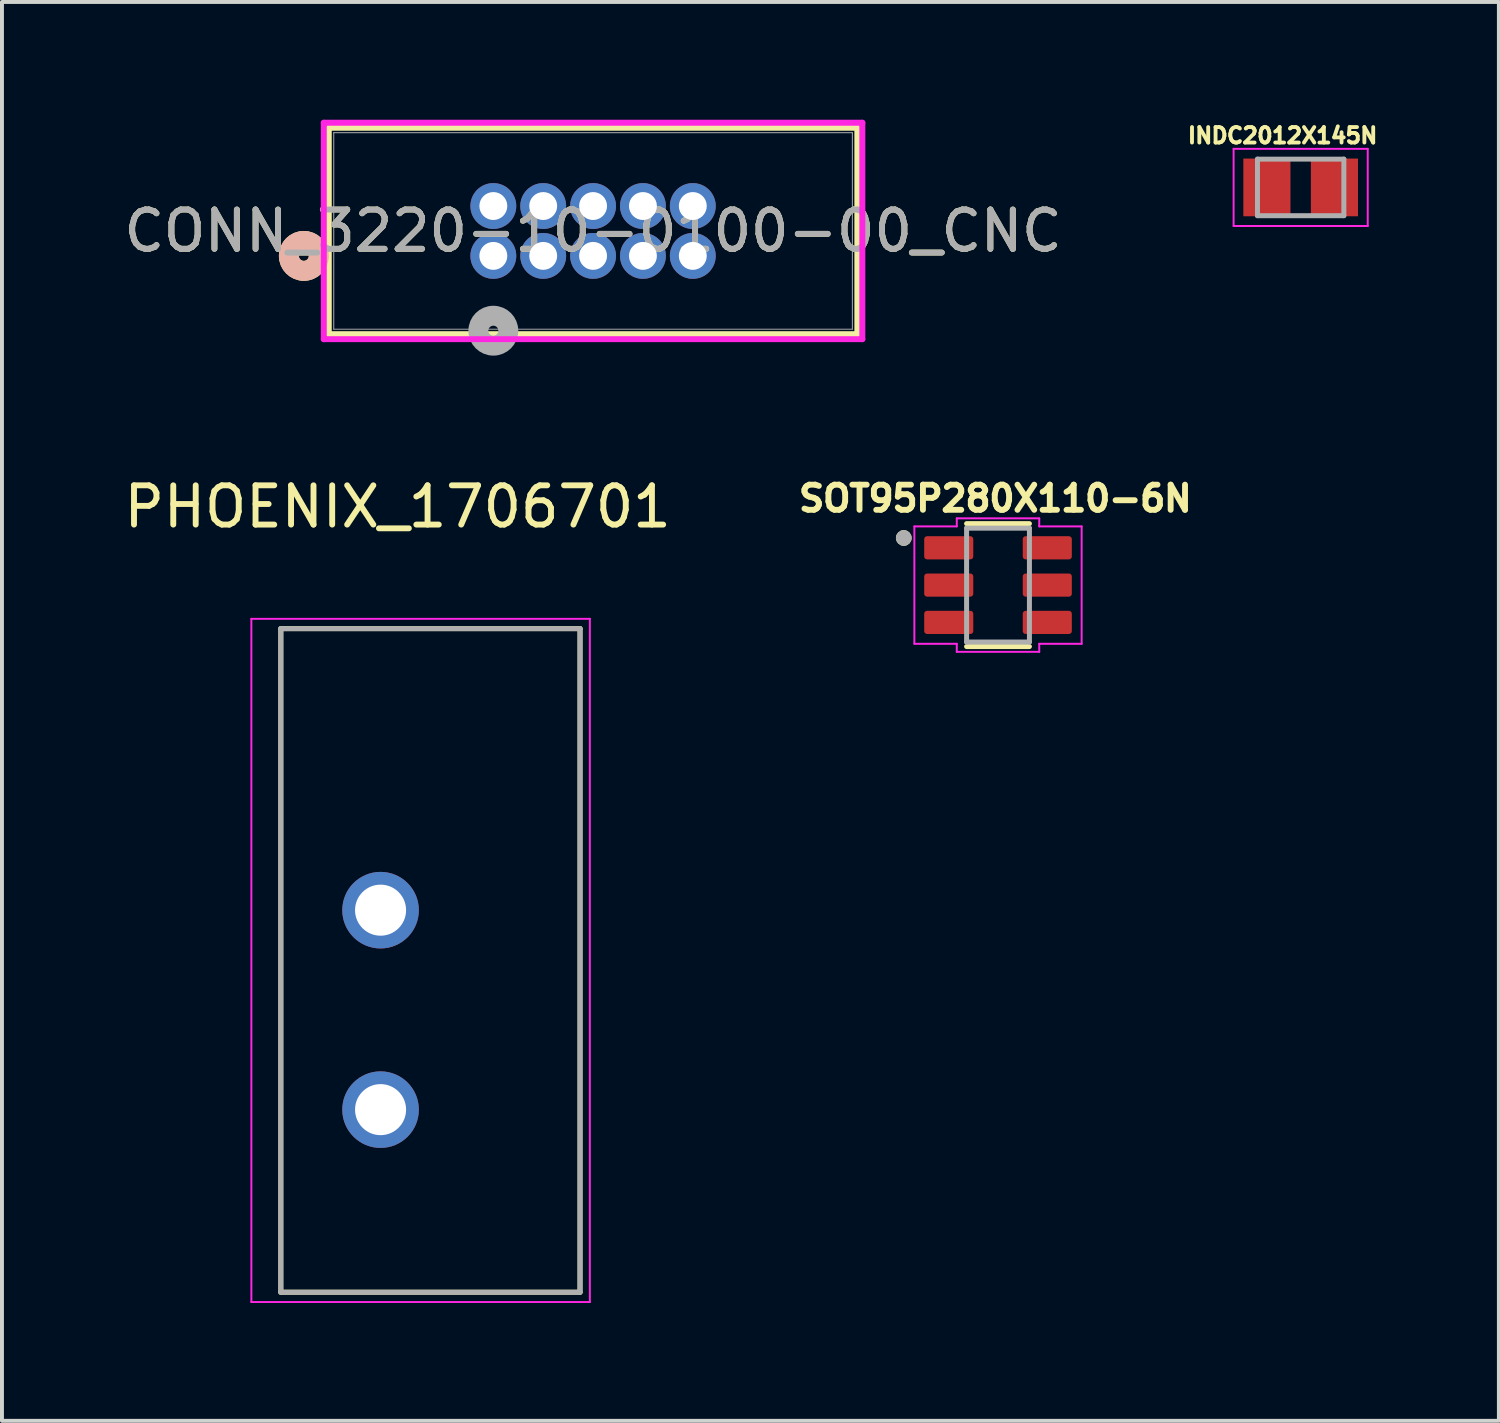
<source format=kicad_pcb>
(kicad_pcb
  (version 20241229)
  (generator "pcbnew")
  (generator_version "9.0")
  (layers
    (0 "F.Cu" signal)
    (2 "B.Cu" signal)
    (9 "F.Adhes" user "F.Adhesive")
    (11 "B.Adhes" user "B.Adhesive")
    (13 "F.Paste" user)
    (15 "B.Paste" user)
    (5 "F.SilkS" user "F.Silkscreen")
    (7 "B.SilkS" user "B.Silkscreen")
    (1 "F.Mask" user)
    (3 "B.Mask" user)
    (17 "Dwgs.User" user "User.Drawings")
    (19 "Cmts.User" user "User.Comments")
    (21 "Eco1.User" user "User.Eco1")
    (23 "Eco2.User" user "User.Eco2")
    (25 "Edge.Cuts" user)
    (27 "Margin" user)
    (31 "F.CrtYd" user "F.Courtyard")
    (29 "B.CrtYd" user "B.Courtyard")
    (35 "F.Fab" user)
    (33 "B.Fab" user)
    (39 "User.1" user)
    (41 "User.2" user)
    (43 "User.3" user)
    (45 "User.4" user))
  (footprint "INDC2012X145N"
    (layer "F.Cu")
    (at 30.075 1.723)
    (property "Reference" "INDC2012X145N" (at -0.46 -1.32 0) (layer "F.SilkS") (effects (font (size 0.394 0.394) (thickness 0.15))))
    (attr smd)
    (fp_line (start -1.708 -0.983) (end 1.708 -0.983) (stroke (width 0.05) (type solid)) (layer "F.CrtYd"))
    (fp_line (start -1.708 0.983) (end -1.708 -0.983) (stroke (width 0.05) (type solid)) (layer "F.CrtYd"))
    (fp_line (start -1.708 0.983) (end 1.708 0.983) (stroke (width 0.05) (type solid)) (layer "F.CrtYd"))
    (fp_line (start 1.708 0.983) (end 1.708 -0.983) (stroke (width 0.05) (type solid)) (layer "F.CrtYd"))
    (fp_line (start -1.1 0.72) (end -1.1 -0.72) (stroke (width 0.127) (type solid)) (layer "F.Fab"))
    (fp_line (start 1.1 -0.72) (end -1.1 -0.72) (stroke (width 0.127) (type solid)) (layer "F.Fab"))
    (fp_line (start 1.1 0.72) (end -1.1 0.72) (stroke (width 0.127) (type solid)) (layer "F.Fab"))
    (fp_line (start 1.1 0.72) (end 1.1 -0.72) (stroke (width 0.127) (type solid)) (layer "F.Fab"))
    (pad "1" smd rect (at -0.86 0) (size 1.2 1.47) (layers "F.Cu" "F.Mask" "F.Paste"))
    (pad "2" smd rect (at 0.86 0) (size 1.2 1.47) (layers "F.Cu" "F.Mask" "F.Paste")))
  (footprint "PHOENIX_1706701"
    (layer "F.Cu")
    (at 4.102 29.86)
    (property "Reference" "PHOENIX_1706701" (at 2.975 -20.005 0) (layer "F.SilkS") (effects (font (size 1 1) (thickness 0.15))))
    (attr through_hole)
    (fp_line (start 0 -16.9) (end 7.62 -16.9) (stroke (width 0.127) (type solid)) (layer "F.SilkS"))
    (fp_line (start 0 0) (end 0 -16.9) (stroke (width 0.127) (type solid)) (layer "F.SilkS"))
    (fp_line (start 7.62 -16.9) (end 7.62 0) (stroke (width 0.127) (type solid)) (layer "F.SilkS"))
    (fp_line (start 7.62 0) (end 0 0) (stroke (width 0.127) (type solid)) (layer "F.SilkS"))
    (fp_line (start -0.75 -17.15) (end -0.75 0.25) (stroke (width 0.05) (type solid)) (layer "F.CrtYd"))
    (fp_line (start -0.75 0.25) (end 7.87 0.25) (stroke (width 0.05) (type solid)) (layer "F.CrtYd"))
    (fp_line (start 7.87 -17.15) (end -0.75 -17.15) (stroke (width 0.05) (type solid)) (layer "F.CrtYd"))
    (fp_line (start 7.87 0.25) (end 7.87 -17.15) (stroke (width 0.05) (type solid)) (layer "F.CrtYd"))
    (fp_line (start 0 -16.9) (end 7.62 -16.9) (stroke (width 0.127) (type solid)) (layer "F.Fab"))
    (fp_line (start 0 0) (end 0 -16.9) (stroke (width 0.127) (type solid)) (layer "F.Fab"))
    (fp_line (start 7.62 -16.9) (end 7.62 0) (stroke (width 0.127) (type solid)) (layer "F.Fab"))
    (fp_line (start 7.62 0) (end 0 0) (stroke (width 0.127) (type solid)) (layer "F.Fab"))
    (pad "1_1" thru_hole circle (at 2.54 -9.73) (size 1.95 1.95) (drill 1.3) (layers "*.Cu" "*.Mask"))
    (pad "1_2" thru_hole circle (at 2.54 -4.65) (size 1.95 1.95) (drill 1.3) (layers "*.Cu" "*.Mask")))
  (footprint "CONN_3220-10-0100-00_CNC"
    (layer "F.Cu")
    (at 9.514 3.467)
    (property "Reference" "CONN_3220-10-0100-00_CNC" (at 2.54 -0.635 0) (unlocked yes) (layer "F.SilkS") (effects (font (size 1 1) (thickness 0.15))))
    (attr through_hole)
    (fp_line (start -4.191 -3.264) (end -4.191 1.994) (stroke (width 0.152) (type solid)) (layer "F.SilkS"))
    (fp_line (start -4.191 1.994) (end 9.271 1.994) (stroke (width 0.152) (type solid)) (layer "F.SilkS"))
    (fp_line (start 9.271 -3.264) (end -4.191 -3.264) (stroke (width 0.152) (type solid)) (layer "F.SilkS"))
    (fp_line (start 9.271 1.994) (end 9.271 -3.264) (stroke (width 0.152) (type solid)) (layer "F.SilkS"))
    (fp_circle (center -4.826 0) (end -4.445 0) (stroke (width 0.508) (type solid)) (fill no) (layer "F.SilkS"))
    (fp_circle (center -4.826 0) (end -4.445 0) (stroke (width 0.508) (type solid)) (fill no) (layer "B.SilkS"))
    (fp_line (start -4.318 -3.391) (end -4.318 2.121) (stroke (width 0.152) (type solid)) (layer "F.CrtYd"))
    (fp_line (start -4.318 2.121) (end 9.398 2.121) (stroke (width 0.152) (type solid)) (layer "F.CrtYd"))
    (fp_line (start 9.398 -3.391) (end -4.318 -3.391) (stroke (width 0.152) (type solid)) (layer "F.CrtYd"))
    (fp_line (start 9.398 2.121) (end 9.398 -3.391) (stroke (width 0.152) (type solid)) (layer "F.CrtYd"))
    (fp_line (start -4.064 -3.137) (end -4.064 1.867) (stroke (width 0.025) (type solid)) (layer "F.Fab"))
    (fp_line (start -4.064 1.867) (end 9.144 1.867) (stroke (width 0.025) (type solid)) (layer "F.Fab"))
    (fp_line (start 9.144 -3.137) (end -4.064 -3.137) (stroke (width 0.025) (type solid)) (layer "F.Fab"))
    (fp_line (start 9.144 1.867) (end 9.144 -3.137) (stroke (width 0.025) (type solid)) (layer "F.Fab"))
    (fp_circle (center 0 1.905) (end 0.381 1.905) (stroke (width 0.508) (type solid)) (fill no) (layer "F.Fab"))
    (fp_text user "${REFERENCE}" (at 2.54 -0.635 0) (unlocked yes) (layer "F.Fab") (effects (font (size 1 1) (thickness 0.15))))
    (pad "1" thru_hole circle (at 0 0) (size 1.168 1.168) (drill 0.711) (layers "*.Cu" "*.Mask"))
    (pad "2" thru_hole circle (at 0 -1.27) (size 1.168 1.168) (drill 0.711) (layers "*.Cu" "*.Mask"))
    (pad "3" thru_hole circle (at 1.27 0) (size 1.168 1.168) (drill 0.711) (layers "*.Cu" "*.Mask"))
    (pad "4" thru_hole circle (at 1.27 -1.27) (size 1.168 1.168) (drill 0.711) (layers "*.Cu" "*.Mask"))
    (pad "5" thru_hole circle (at 2.54 0) (size 1.168 1.168) (drill 0.711) (layers "*.Cu" "*.Mask"))
    (pad "6" thru_hole circle (at 2.54 -1.27) (size 1.168 1.168) (drill 0.711) (layers "*.Cu" "*.Mask"))
    (pad "7" thru_hole circle (at 3.81 0) (size 1.168 1.168) (drill 0.711) (layers "*.Cu" "*.Mask"))
    (pad "8" thru_hole circle (at 3.81 -1.27) (size 1.168 1.168) (drill 0.711) (layers "*.Cu" "*.Mask"))
    (pad "9" thru_hole circle (at 5.08 0) (size 1.168 1.168) (drill 0.711) (layers "*.Cu" "*.Mask"))
    (pad "10" thru_hole circle (at 5.08 -1.27) (size 1.168 1.168) (drill 0.711) (layers "*.Cu" "*.Mask")))
  (footprint "SOT95P280X110-6N"
    (layer "F.Cu")
    (at 22.367 11.851)
    (property "Reference" "SOT95P280X110-6N" (at -0.068 -2.206 0) (layer "F.SilkS") (effects (font (size 0.64 0.64) (thickness 0.15))))
    (attr smd)
    (fp_line (start -0.8 -1.565) (end 0.8 -1.565) (stroke (width 0.127) (type solid)) (layer "F.SilkS"))
    (fp_line (start -0.8 1.565) (end 0.8 1.565) (stroke (width 0.127) (type solid)) (layer "F.SilkS"))
    (fp_circle (center -2.4 -1.2) (end -2.3 -1.2) (stroke (width 0.2) (type solid)) (fill no) (layer "F.SilkS"))
    (fp_line (start -2.13 -1.495) (end -2.13 1.495) (stroke (width 0.05) (type solid)) (layer "F.CrtYd"))
    (fp_line (start -2.13 1.495) (end -1.05 1.495) (stroke (width 0.05) (type solid)) (layer "F.CrtYd"))
    (fp_line (start -1.05 -1.7) (end -1.05 -1.495) (stroke (width 0.05) (type solid)) (layer "F.CrtYd"))
    (fp_line (start -1.05 -1.495) (end -2.13 -1.495) (stroke (width 0.05) (type solid)) (layer "F.CrtYd"))
    (fp_line (start -1.05 1.495) (end -1.05 1.7) (stroke (width 0.05) (type solid)) (layer "F.CrtYd"))
    (fp_line (start -1.05 1.7) (end 1.05 1.7) (stroke (width 0.05) (type solid)) (layer "F.CrtYd"))
    (fp_line (start 1.05 -1.7) (end -1.05 -1.7) (stroke (width 0.05) (type solid)) (layer "F.CrtYd"))
    (fp_line (start 1.05 -1.495) (end 1.05 -1.7) (stroke (width 0.05) (type solid)) (layer "F.CrtYd"))
    (fp_line (start 1.05 1.495) (end 2.13 1.495) (stroke (width 0.05) (type solid)) (layer "F.CrtYd"))
    (fp_line (start 1.05 1.7) (end 1.05 1.495) (stroke (width 0.05) (type solid)) (layer "F.CrtYd"))
    (fp_line (start 2.13 -1.495) (end 1.05 -1.495) (stroke (width 0.05) (type solid)) (layer "F.CrtYd"))
    (fp_line (start 2.13 1.495) (end 2.13 -1.495) (stroke (width 0.05) (type solid)) (layer "F.CrtYd"))
    (fp_line (start -0.8 -1.45) (end -0.8 1.45) (stroke (width 0.127) (type solid)) (layer "F.Fab"))
    (fp_line (start -0.8 1.45) (end 0.8 1.45) (stroke (width 0.127) (type solid)) (layer "F.Fab"))
    (fp_line (start 0.8 -1.45) (end -0.8 -1.45) (stroke (width 0.127) (type solid)) (layer "F.Fab"))
    (fp_line (start 0.8 1.45) (end 0.8 -1.45) (stroke (width 0.127) (type solid)) (layer "F.Fab"))
    (fp_circle (center -2.4 -1.2) (end -2.3 -1.2) (stroke (width 0.2) (type solid)) (fill no) (layer "F.Fab"))
    (pad "1" smd roundrect (at -1.255 -0.95) (size 1.25 0.59) (layers "F.Cu" "F.Mask" "F.Paste") (roundrect_rratio 0.125))
    (pad "2" smd roundrect (at -1.255 0) (size 1.25 0.59) (layers "F.Cu" "F.Mask" "F.Paste") (roundrect_rratio 0.125))
    (pad "3" smd roundrect (at -1.255 0.95) (size 1.25 0.59) (layers "F.Cu" "F.Mask" "F.Paste") (roundrect_rratio 0.125))
    (pad "4" smd roundrect (at 1.255 0.95) (size 1.25 0.59) (layers "F.Cu" "F.Mask" "F.Paste") (roundrect_rratio 0.125))
    (pad "5" smd roundrect (at 1.255 0) (size 1.25 0.59) (layers "F.Cu" "F.Mask" "F.Paste") (roundrect_rratio 0.125))
    (pad "6" smd roundrect (at 1.255 -0.95) (size 1.25 0.59) (layers "F.Cu" "F.Mask" "F.Paste") (roundrect_rratio 0.125)))
  (gr_rect
    (start -3 -3)
    (end 35.123 33.135)
    (stroke (width 0.1) (type default))
    (fill no)
    (layer "Edge.Cuts")))
</source>
